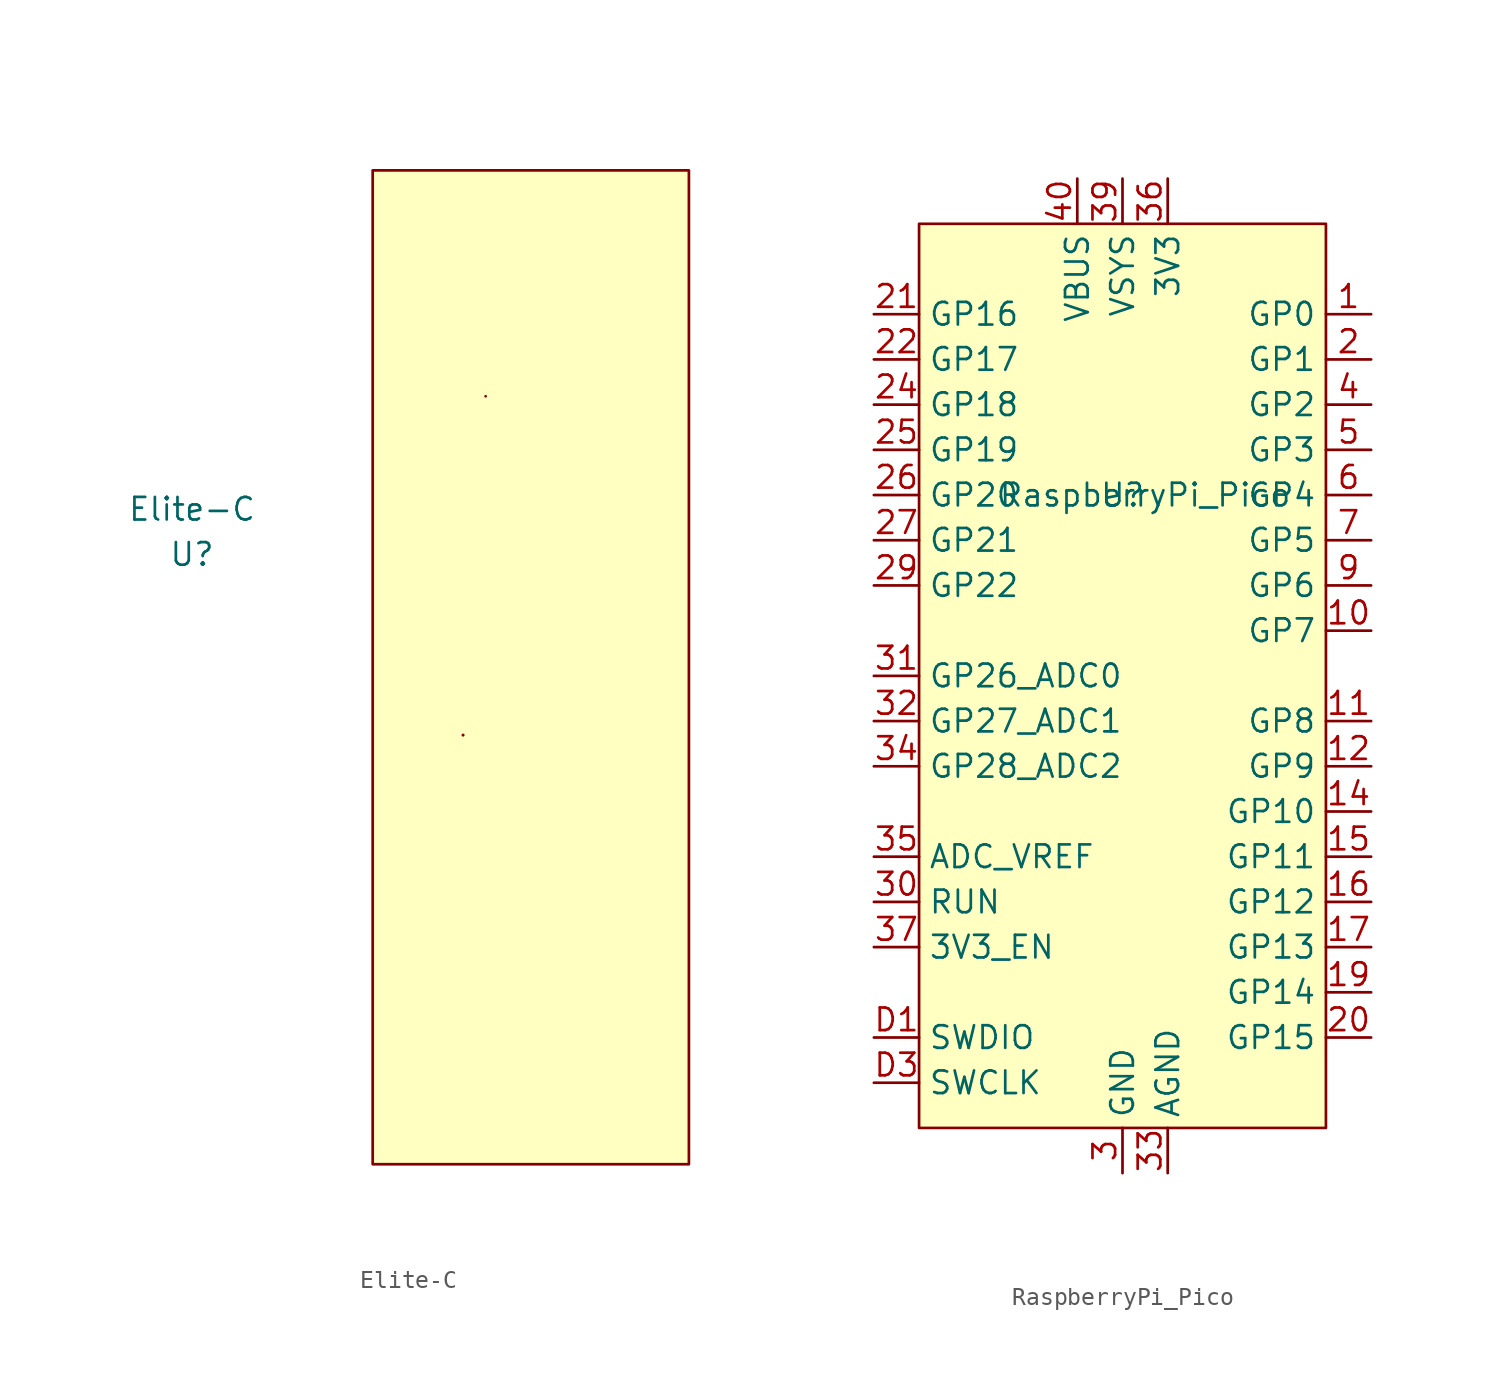
<source format=kicad_sym>
(kicad_symbol_lib
  (version 20220914)
  (generator kicad_symbol_editor)
  (symbol "Elite-C"
    (property "Reference" "U"
      (at -19.05 6.35 0)
      (effects (font (size 1.27 1.27))))
    (property "Value" "Elite-C"
      (at -19.05 8.89 0)
      (effects (font (size 1.27 1.27))))
    (symbol "Elite-C_0_1"
      (rectangle (start -8.89 27.94) (end 8.89 -27.94) (stroke (width 0) (type default)) (fill (type background)))
      (rectangle (start -3.81 -3.81) (end -3.81 -3.81) (stroke (width 0) (type default)) (fill (type none)))
      (rectangle (start -3.81 -3.81) (end -3.81 -3.81) (stroke (width 0) (type default)) (fill (type none)))
      (rectangle (start -2.54 15.24) (end -2.54 15.24) (stroke (width 0) (type default)) (fill (type none)))))
  (symbol "RaspberryPi_Pico"
    (property "Reference" "U"
      (at 0 0 0)
      (effects (font (size 1.27 1.27))))
    (property "Value" "RaspberryPi_Pico"
      (at 1.27 0 0)
      (effects (font (size 1.27 1.27))))
    (symbol "RaspberryPi_Pico_0_1"
      (rectangle (start 11.43 15.24) (end -11.43 -35.56) (stroke (width 0) (type default)) (fill (type background))))
    (symbol "RaspberryPi_Pico_1_1"
      (pin bidirectional line (at 13.97 10.16 180) (length 2.54) (name "GP0" (effects (font (size 1.27 1.27)))) (number "1" (effects (font (size 1.27 1.27)))))
      (pin bidirectional line (at 13.97 -7.62 180) (length 2.54) (name "GP7" (effects (font (size 1.27 1.27)))) (number "10" (effects (font (size 1.27 1.27)))))
      (pin bidirectional line (at 13.97 -12.7 180) (length 2.54) (name "GP8" (effects (font (size 1.27 1.27)))) (number "11" (effects (font (size 1.27 1.27)))))
      (pin bidirectional line (at 13.97 -15.24 180) (length 2.54) (name "GP9" (effects (font (size 1.27 1.27)))) (number "12" (effects (font (size 1.27 1.27)))))
      (pin passive line (at 0 -38.1 90) (length 2.54) hide (name "GND" (effects (font (size 1.27 1.27)))) (number "13" (effects (font (size 1.27 1.27)))))
      (pin bidirectional line (at 13.97 -17.78 180) (length 2.54) (name "GP10" (effects (font (size 1.27 1.27)))) (number "14" (effects (font (size 1.27 1.27)))))
      (pin bidirectional line (at 13.97 -20.32 180) (length 2.54) (name "GP11" (effects (font (size 1.27 1.27)))) (number "15" (effects (font (size 1.27 1.27)))))
      (pin bidirectional line (at 13.97 -22.86 180) (length 2.54) (name "GP12" (effects (font (size 1.27 1.27)))) (number "16" (effects (font (size 1.27 1.27)))))
      (pin bidirectional line (at 13.97 -25.4 180) (length 2.54) (name "GP13" (effects (font (size 1.27 1.27)))) (number "17" (effects (font (size 1.27 1.27)))))
      (pin passive line (at 0 -38.1 90) (length 2.54) hide (name "GND" (effects (font (size 1.27 1.27)))) (number "18" (effects (font (size 1.27 1.27)))))
      (pin bidirectional line (at 13.97 -27.94 180) (length 2.54) (name "GP14" (effects (font (size 1.27 1.27)))) (number "19" (effects (font (size 1.27 1.27)))))
      (pin bidirectional line (at 13.97 7.62 180) (length 2.54) (name "GP1" (effects (font (size 1.27 1.27)))) (number "2" (effects (font (size 1.27 1.27)))))
      (pin bidirectional line (at 13.97 -30.48 180) (length 2.54) (name "GP15" (effects (font (size 1.27 1.27)))) (number "20" (effects (font (size 1.27 1.27)))))
      (pin bidirectional line (at -13.97 10.16 0) (length 2.54) (name "GP16" (effects (font (size 1.27 1.27)))) (number "21" (effects (font (size 1.27 1.27)))))
      (pin bidirectional line (at -13.97 7.62 0) (length 2.54) (name "GP17" (effects (font (size 1.27 1.27)))) (number "22" (effects (font (size 1.27 1.27)))))
      (pin passive line (at 0 -38.1 90) (length 2.54) hide (name "GND" (effects (font (size 1.27 1.27)))) (number "23" (effects (font (size 1.27 1.27)))))
      (pin bidirectional line (at -13.97 5.08 0) (length 2.54) (name "GP18" (effects (font (size 1.27 1.27)))) (number "24" (effects (font (size 1.27 1.27)))))
      (pin bidirectional line (at -13.97 2.54 0) (length 2.54) (name "GP19" (effects (font (size 1.27 1.27)))) (number "25" (effects (font (size 1.27 1.27)))))
      (pin bidirectional line (at -13.97 0 0) (length 2.54) (name "GP20" (effects (font (size 1.27 1.27)))) (number "26" (effects (font (size 1.27 1.27)))))
      (pin bidirectional line (at -13.97 -2.54 0) (length 2.54) (name "GP21" (effects (font (size 1.27 1.27)))) (number "27" (effects (font (size 1.27 1.27)))))
      (pin passive line (at 0 -38.1 90) (length 2.54) hide (name "GND" (effects (font (size 1.27 1.27)))) (number "28" (effects (font (size 1.27 1.27)))))
      (pin bidirectional line (at -13.97 -5.08 0) (length 2.54) (name "GP22" (effects (font (size 1.27 1.27)))) (number "29" (effects (font (size 1.27 1.27)))))
      (pin passive line (at 0 -38.1 90) (length 2.54) (name "GND" (effects (font (size 1.27 1.27)))) (number "3" (effects (font (size 1.27 1.27)))))
      (pin input line (at -13.97 -22.86 0) (length 2.54) (name "RUN" (effects (font (size 1.27 1.27)))) (number "30" (effects (font (size 1.27 1.27)))))
      (pin bidirectional line (at -13.97 -10.16 0) (length 2.54) (name "GP26_ADC0" (effects (font (size 1.27 1.27)))) (number "31" (effects (font (size 1.27 1.27)))))
      (pin bidirectional line (at -13.97 -12.7 0) (length 2.54) (name "GP27_ADC1" (effects (font (size 1.27 1.27)))) (number "32" (effects (font (size 1.27 1.27)))))
      (pin passive line (at 2.54 -38.1 90) (length 2.54) (name "AGND" (effects (font (size 1.27 1.27)))) (number "33" (effects (font (size 1.27 1.27)))))
      (pin bidirectional line (at -13.97 -15.24 0) (length 2.54) (name "GP28_ADC2" (effects (font (size 1.27 1.27)))) (number "34" (effects (font (size 1.27 1.27)))))
      (pin input line (at -13.97 -20.32 0) (length 2.54) (name "ADC_VREF" (effects (font (size 1.27 1.27)))) (number "35" (effects (font (size 1.27 1.27)))))
      (pin power_out line (at 2.54 17.78 270) (length 2.54) (name "3V3" (effects (font (size 1.27 1.27)))) (number "36" (effects (font (size 1.27 1.27)))))
      (pin input line (at -13.97 -25.4 0) (length 2.54) (name "3V3_EN" (effects (font (size 1.27 1.27)))) (number "37" (effects (font (size 1.27 1.27)))))
      (pin passive line (at 0 -38.1 90) (length 2.54) hide (name "GND" (effects (font (size 1.27 1.27)))) (number "38" (effects (font (size 1.27 1.27)))))
      (pin passive line (at 0 17.78 270) (length 2.54) (name "VSYS" (effects (font (size 1.27 1.27)))) (number "39" (effects (font (size 1.27 1.27)))))
      (pin bidirectional line (at 13.97 5.08 180) (length 2.54) (name "GP2" (effects (font (size 1.27 1.27)))) (number "4" (effects (font (size 1.27 1.27)))))
      (pin passive line (at -2.54 17.78 270) (length 2.54) (name "VBUS" (effects (font (size 1.27 1.27)))) (number "40" (effects (font (size 1.27 1.27)))))
      (pin bidirectional line (at 13.97 2.54 180) (length 2.54) (name "GP3" (effects (font (size 1.27 1.27)))) (number "5" (effects (font (size 1.27 1.27)))))
      (pin bidirectional line (at 13.97 0 180) (length 2.54) (name "GP4" (effects (font (size 1.27 1.27)))) (number "6" (effects (font (size 1.27 1.27)))))
      (pin bidirectional line (at 13.97 -2.54 180) (length 2.54) (name "GP5" (effects (font (size 1.27 1.27)))) (number "7" (effects (font (size 1.27 1.27)))))
      (pin passive line (at 0 -38.1 90) (length 2.54) hide (name "GND" (effects (font (size 1.27 1.27)))) (number "8" (effects (font (size 1.27 1.27)))))
      (pin bidirectional line (at 13.97 -5.08 180) (length 2.54) (name "GP6" (effects (font (size 1.27 1.27)))) (number "9" (effects (font (size 1.27 1.27)))))
      (pin bidirectional line (at -13.97 -30.48 0) (length 2.54) (name "SWDIO" (effects (font (size 1.27 1.27)))) (number "D1" (effects (font (size 1.27 1.27)))))
      (pin passive line (at 0 -38.1 90) (length 2.54) hide (name "GND" (effects (font (size 1.27 1.27)))) (number "D2" (effects (font (size 1.27 1.27)))))
      (pin input line (at -13.97 -33.02 0) (length 2.54) (name "SWCLK" (effects (font (size 1.27 1.27)))) (number "D3" (effects (font (size 1.27 1.27))))))))
</source>
